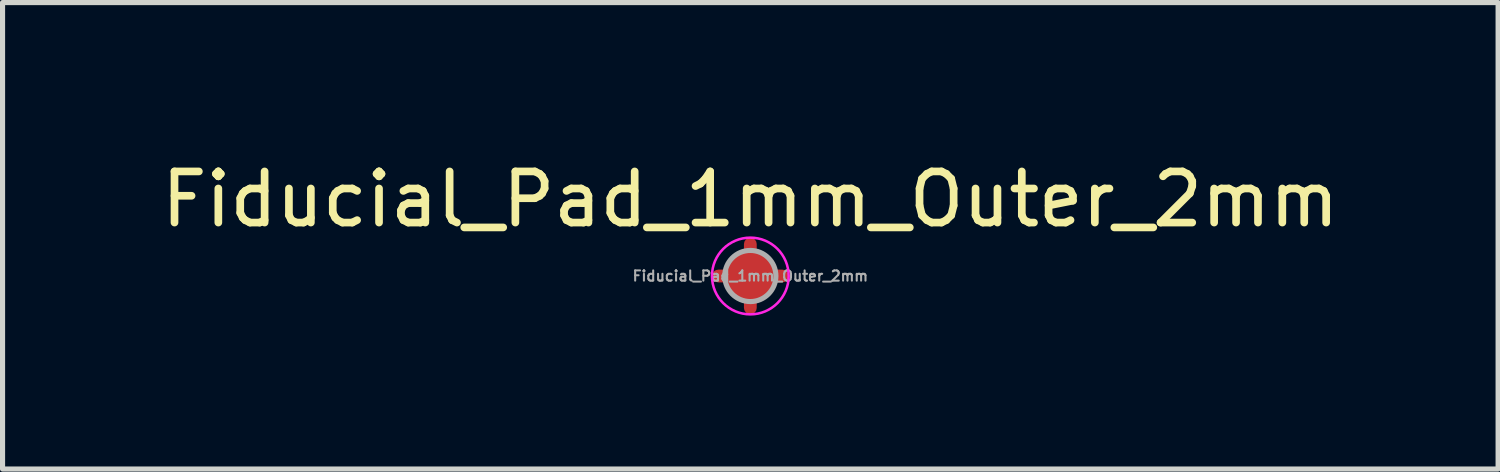
<source format=kicad_pcb>
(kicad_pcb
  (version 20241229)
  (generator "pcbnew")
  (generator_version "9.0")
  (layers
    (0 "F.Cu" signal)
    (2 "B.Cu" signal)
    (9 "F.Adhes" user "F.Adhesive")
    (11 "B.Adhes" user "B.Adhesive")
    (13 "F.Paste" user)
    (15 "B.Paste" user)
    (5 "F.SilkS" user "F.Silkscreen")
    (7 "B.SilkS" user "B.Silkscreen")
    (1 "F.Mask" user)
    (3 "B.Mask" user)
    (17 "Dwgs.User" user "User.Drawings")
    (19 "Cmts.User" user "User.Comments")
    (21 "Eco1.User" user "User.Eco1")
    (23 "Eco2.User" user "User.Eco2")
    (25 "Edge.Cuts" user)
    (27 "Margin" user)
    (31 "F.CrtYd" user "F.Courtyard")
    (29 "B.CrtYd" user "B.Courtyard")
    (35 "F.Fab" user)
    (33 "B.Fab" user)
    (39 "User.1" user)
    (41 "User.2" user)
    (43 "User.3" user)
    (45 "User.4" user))
  (footprint "Fiducial_Pad_1mm_Outer_2mm"
    (layer "F.Cu")
    (at 11.625 2.348)
    (property "Reference" "Fiducial_Pad_1mm_Outer_2mm" (at 0 -1.5 0) (layer "F.SilkS") (effects (font (size 1 1) (thickness 0.15))))
    (attr exclude_from_pos_files exclude_from_bom)
    (fp_circle (center 0 0) (end 0.75 0) (stroke (width 0.05) (type solid)) (fill no) (layer "F.CrtYd"))
    (fp_circle (center 0 0) (end 0.5 0) (stroke (width 0.1) (type solid)) (fill no) (layer "F.Fab"))
    (fp_text user "${REFERENCE}" (at 0 0 0) (layer "F.Fab") (effects (font (size 0.2 0.2) (thickness 0.04))))
    (pad "" smd circle (at 0 0) (size 1 1) (layers "F.Cu" "F.Mask"))
    (pad "" smd roundrect (at 0 0 180) (size 1.5 0.25) (layers "F.Cu" "F.Mask") (roundrect_rratio 0.5))
    (pad "" smd roundrect (at 0 0 90) (size 1.5 0.25) (layers "F.Cu" "F.Mask") (roundrect_rratio 0.5)))
  (gr_rect
    (start -3 -3)
    (end 26.25 6.123)
    (stroke (width 0.1) (type default))
    (fill no)
    (layer "Edge.Cuts")))
</source>
